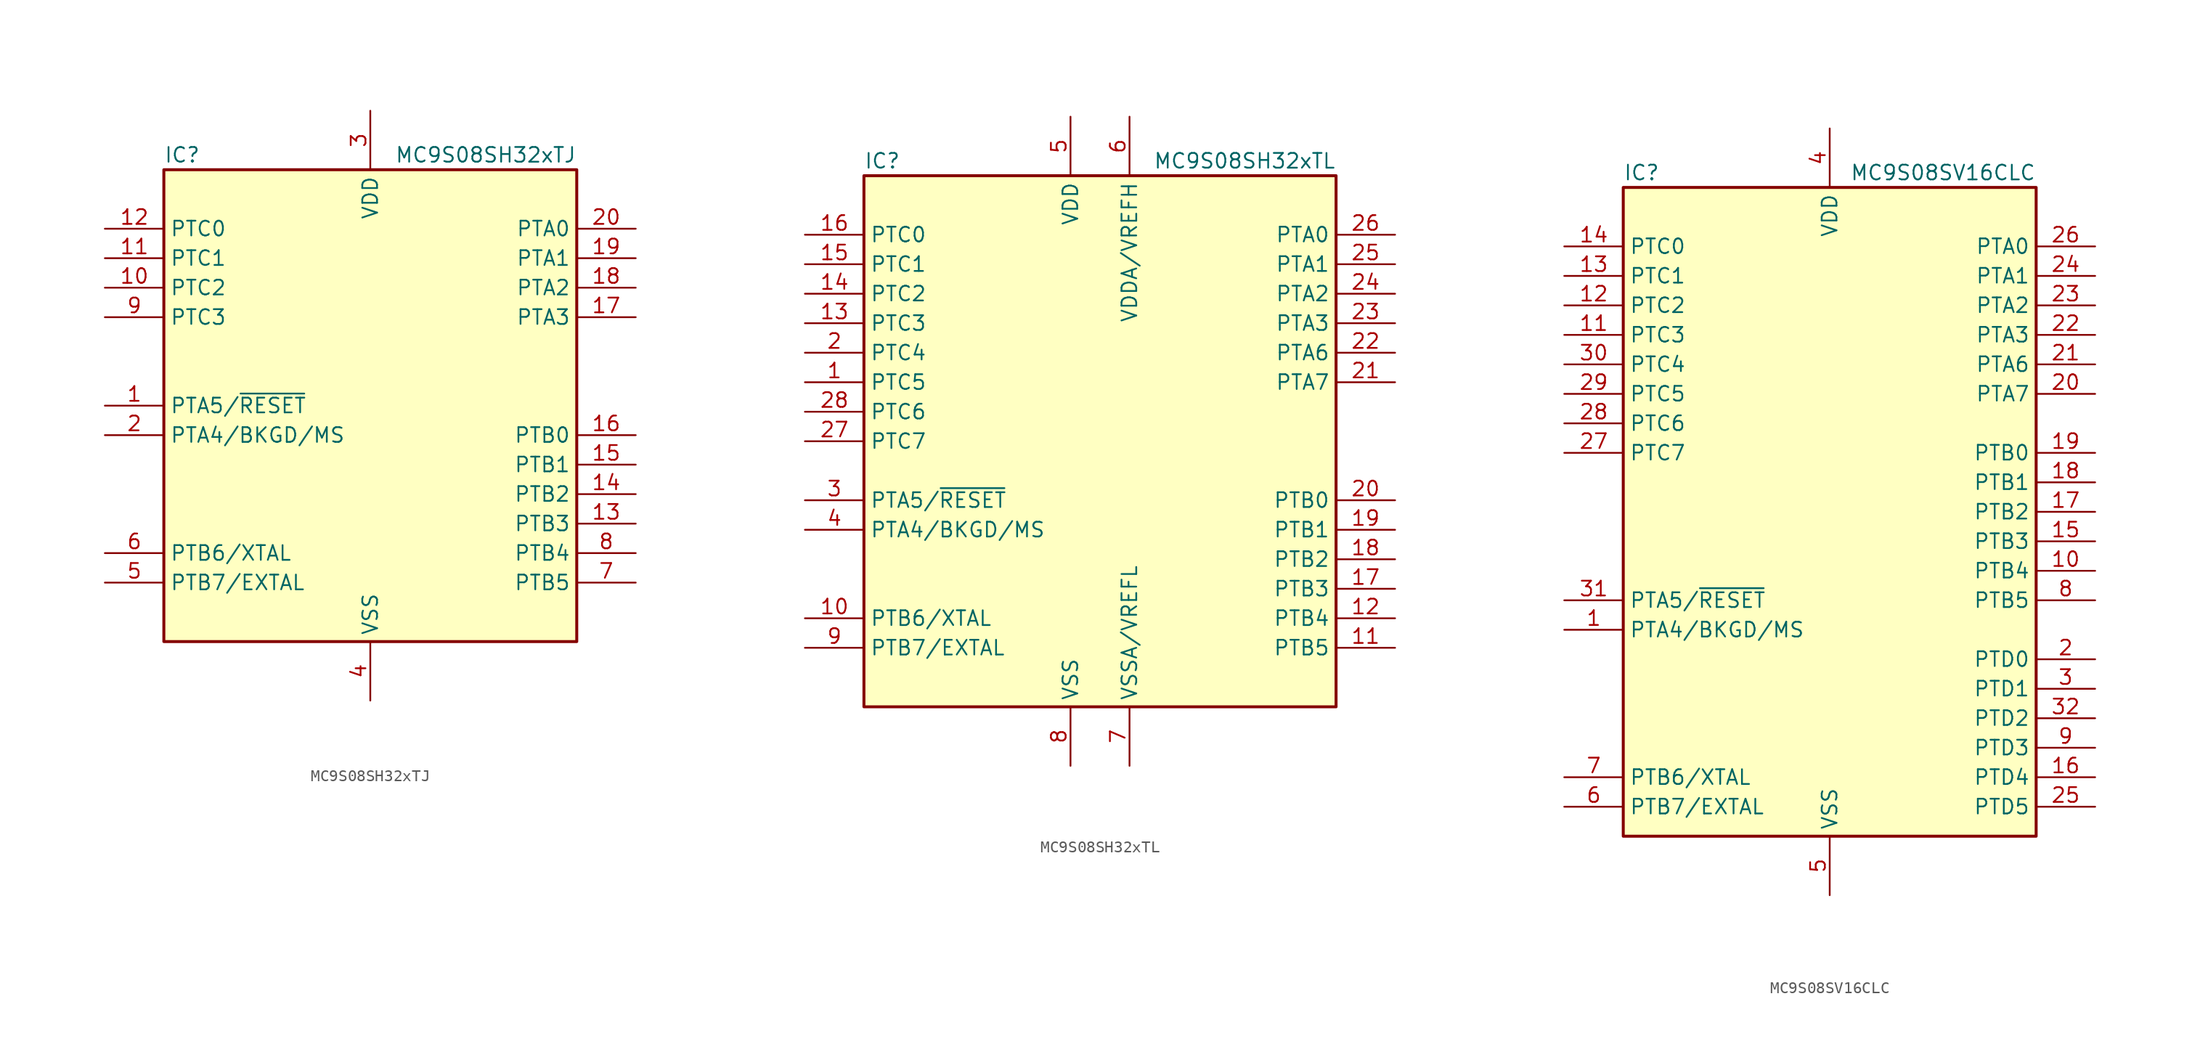
<source format=kicad_sym>
(kicad_symbol_lib
  (version 20201005)
  (generator kicad_symbol_editor)
  (symbol "MC9S08SH32xTJ"
    (property "Reference" "IC"
      (at -17.78 21.59 0)
      (effects (font (size 1.27 1.27)) (justify left)))
    (property "Value" "MC9S08SH32xTJ"
      (at 17.78 21.59 0)
      (effects (font (size 1.27 1.27)) (justify right)))
    (symbol "MC9S08SH32xTJ_0_1"
      (rectangle (start -17.78 20.32) (end 17.78 -20.32) (stroke (width 0.254)) (fill (type background))))
    (symbol "MC9S08SH32xTJ_1_1"
      (pin bidirectional line (at -22.86 0 0) (length 5.08) (name "PTA5/~RESET" (effects (font (size 1.27 1.27)))) (number "1" (effects (font (size 1.27 1.27)))))
      (pin bidirectional line (at -22.86 10.16 0) (length 5.08) (name "PTC2" (effects (font (size 1.27 1.27)))) (number "10" (effects (font (size 1.27 1.27)))))
      (pin bidirectional line (at -22.86 12.7 0) (length 5.08) (name "PTC1" (effects (font (size 1.27 1.27)))) (number "11" (effects (font (size 1.27 1.27)))))
      (pin bidirectional line (at -22.86 15.24 0) (length 5.08) (name "PTC0" (effects (font (size 1.27 1.27)))) (number "12" (effects (font (size 1.27 1.27)))))
      (pin bidirectional line (at 22.86 -10.16 180) (length 5.08) (name "PTB3" (effects (font (size 1.27 1.27)))) (number "13" (effects (font (size 1.27 1.27)))))
      (pin bidirectional line (at 22.86 -7.62 180) (length 5.08) (name "PTB2" (effects (font (size 1.27 1.27)))) (number "14" (effects (font (size 1.27 1.27)))))
      (pin bidirectional line (at 22.86 -5.08 180) (length 5.08) (name "PTB1" (effects (font (size 1.27 1.27)))) (number "15" (effects (font (size 1.27 1.27)))))
      (pin bidirectional line (at 22.86 -2.54 180) (length 5.08) (name "PTB0" (effects (font (size 1.27 1.27)))) (number "16" (effects (font (size 1.27 1.27)))))
      (pin bidirectional line (at 22.86 7.62 180) (length 5.08) (name "PTA3" (effects (font (size 1.27 1.27)))) (number "17" (effects (font (size 1.27 1.27)))))
      (pin bidirectional line (at 22.86 10.16 180) (length 5.08) (name "PTA2" (effects (font (size 1.27 1.27)))) (number "18" (effects (font (size 1.27 1.27)))))
      (pin bidirectional line (at 22.86 12.7 180) (length 5.08) (name "PTA1" (effects (font (size 1.27 1.27)))) (number "19" (effects (font (size 1.27 1.27)))))
      (pin bidirectional line (at -22.86 -2.54 0) (length 5.08) (name "PTA4/BKGD/MS" (effects (font (size 1.27 1.27)))) (number "2" (effects (font (size 1.27 1.27)))))
      (pin bidirectional line (at 22.86 15.24 180) (length 5.08) (name "PTA0" (effects (font (size 1.27 1.27)))) (number "20" (effects (font (size 1.27 1.27)))))
      (pin power_in line (at 0 25.4 270) (length 5.08) (name "VDD" (effects (font (size 1.27 1.27)))) (number "3" (effects (font (size 1.27 1.27)))))
      (pin power_in line (at 0 -25.4 90) (length 5.08) (name "VSS" (effects (font (size 1.27 1.27)))) (number "4" (effects (font (size 1.27 1.27)))))
      (pin bidirectional line (at -22.86 -15.24 0) (length 5.08) (name "PTB7/EXTAL" (effects (font (size 1.27 1.27)))) (number "5" (effects (font (size 1.27 1.27)))))
      (pin bidirectional line (at -22.86 -12.7 0) (length 5.08) (name "PTB6/XTAL" (effects (font (size 1.27 1.27)))) (number "6" (effects (font (size 1.27 1.27)))))
      (pin bidirectional line (at 22.86 -15.24 180) (length 5.08) (name "PTB5" (effects (font (size 1.27 1.27)))) (number "7" (effects (font (size 1.27 1.27)))))
      (pin bidirectional line (at 22.86 -12.7 180) (length 5.08) (name "PTB4" (effects (font (size 1.27 1.27)))) (number "8" (effects (font (size 1.27 1.27)))))
      (pin bidirectional line (at -22.86 7.62 0) (length 5.08) (name "PTC3" (effects (font (size 1.27 1.27)))) (number "9" (effects (font (size 1.27 1.27)))))))
  (symbol "MC9S08SH32xTL"
    (property "Reference" "IC"
      (at -20.32 24.13 0)
      (effects (font (size 1.27 1.27)) (justify left)))
    (property "Value" "MC9S08SH32xTL"
      (at 20.32 24.13 0)
      (effects (font (size 1.27 1.27)) (justify right)))
    (symbol "MC9S08SH32xTL_0_1"
      (rectangle (start -20.32 22.86) (end 20.32 -22.86) (stroke (width 0.254)) (fill (type background))))
    (symbol "MC9S08SH32xTL_1_1"
      (pin bidirectional line (at -25.4 5.08 0) (length 5.08) (name "PTC5" (effects (font (size 1.27 1.27)))) (number "1" (effects (font (size 1.27 1.27)))))
      (pin bidirectional line (at -25.4 -15.24 0) (length 5.08) (name "PTB6/XTAL" (effects (font (size 1.27 1.27)))) (number "10" (effects (font (size 1.27 1.27)))))
      (pin bidirectional line (at 25.4 -17.78 180) (length 5.08) (name "PTB5" (effects (font (size 1.27 1.27)))) (number "11" (effects (font (size 1.27 1.27)))))
      (pin bidirectional line (at 25.4 -15.24 180) (length 5.08) (name "PTB4" (effects (font (size 1.27 1.27)))) (number "12" (effects (font (size 1.27 1.27)))))
      (pin bidirectional line (at -25.4 10.16 0) (length 5.08) (name "PTC3" (effects (font (size 1.27 1.27)))) (number "13" (effects (font (size 1.27 1.27)))))
      (pin bidirectional line (at -25.4 12.7 0) (length 5.08) (name "PTC2" (effects (font (size 1.27 1.27)))) (number "14" (effects (font (size 1.27 1.27)))))
      (pin bidirectional line (at -25.4 15.24 0) (length 5.08) (name "PTC1" (effects (font (size 1.27 1.27)))) (number "15" (effects (font (size 1.27 1.27)))))
      (pin bidirectional line (at -25.4 17.78 0) (length 5.08) (name "PTC0" (effects (font (size 1.27 1.27)))) (number "16" (effects (font (size 1.27 1.27)))))
      (pin bidirectional line (at 25.4 -12.7 180) (length 5.08) (name "PTB3" (effects (font (size 1.27 1.27)))) (number "17" (effects (font (size 1.27 1.27)))))
      (pin bidirectional line (at 25.4 -10.16 180) (length 5.08) (name "PTB2" (effects (font (size 1.27 1.27)))) (number "18" (effects (font (size 1.27 1.27)))))
      (pin bidirectional line (at 25.4 -7.62 180) (length 5.08) (name "PTB1" (effects (font (size 1.27 1.27)))) (number "19" (effects (font (size 1.27 1.27)))))
      (pin bidirectional line (at -25.4 7.62 0) (length 5.08) (name "PTC4" (effects (font (size 1.27 1.27)))) (number "2" (effects (font (size 1.27 1.27)))))
      (pin bidirectional line (at 25.4 -5.08 180) (length 5.08) (name "PTB0" (effects (font (size 1.27 1.27)))) (number "20" (effects (font (size 1.27 1.27)))))
      (pin bidirectional line (at 25.4 5.08 180) (length 5.08) (name "PTA7" (effects (font (size 1.27 1.27)))) (number "21" (effects (font (size 1.27 1.27)))))
      (pin bidirectional line (at 25.4 7.62 180) (length 5.08) (name "PTA6" (effects (font (size 1.27 1.27)))) (number "22" (effects (font (size 1.27 1.27)))))
      (pin bidirectional line (at 25.4 10.16 180) (length 5.08) (name "PTA3" (effects (font (size 1.27 1.27)))) (number "23" (effects (font (size 1.27 1.27)))))
      (pin bidirectional line (at 25.4 12.7 180) (length 5.08) (name "PTA2" (effects (font (size 1.27 1.27)))) (number "24" (effects (font (size 1.27 1.27)))))
      (pin bidirectional line (at 25.4 15.24 180) (length 5.08) (name "PTA1" (effects (font (size 1.27 1.27)))) (number "25" (effects (font (size 1.27 1.27)))))
      (pin bidirectional line (at 25.4 17.78 180) (length 5.08) (name "PTA0" (effects (font (size 1.27 1.27)))) (number "26" (effects (font (size 1.27 1.27)))))
      (pin bidirectional line (at -25.4 0 0) (length 5.08) (name "PTC7" (effects (font (size 1.27 1.27)))) (number "27" (effects (font (size 1.27 1.27)))))
      (pin bidirectional line (at -25.4 2.54 0) (length 5.08) (name "PTC6" (effects (font (size 1.27 1.27)))) (number "28" (effects (font (size 1.27 1.27)))))
      (pin bidirectional line (at -25.4 -5.08 0) (length 5.08) (name "PTA5/~RESET" (effects (font (size 1.27 1.27)))) (number "3" (effects (font (size 1.27 1.27)))))
      (pin bidirectional line (at -25.4 -7.62 0) (length 5.08) (name "PTA4/BKGD/MS" (effects (font (size 1.27 1.27)))) (number "4" (effects (font (size 1.27 1.27)))))
      (pin power_in line (at -2.54 27.94 270) (length 5.08) (name "VDD" (effects (font (size 1.27 1.27)))) (number "5" (effects (font (size 1.27 1.27)))))
      (pin power_in line (at 2.54 27.94 270) (length 5.08) (name "VDDA/VREFH" (effects (font (size 1.27 1.27)))) (number "6" (effects (font (size 1.27 1.27)))))
      (pin power_in line (at 2.54 -27.94 90) (length 5.08) (name "VSSA/VREFL" (effects (font (size 1.27 1.27)))) (number "7" (effects (font (size 1.27 1.27)))))
      (pin power_in line (at -2.54 -27.94 90) (length 5.08) (name "VSS" (effects (font (size 1.27 1.27)))) (number "8" (effects (font (size 1.27 1.27)))))
      (pin bidirectional line (at -25.4 -17.78 0) (length 5.08) (name "PTB7/EXTAL" (effects (font (size 1.27 1.27)))) (number "9" (effects (font (size 1.27 1.27)))))))
  (symbol "MC9S08SV16CLC"
    (property "Reference" "IC"
      (at -17.78 29.21 0)
      (effects (font (size 1.27 1.27)) (justify left)))
    (property "Value" "MC9S08SV16CLC"
      (at 17.78 29.21 0)
      (effects (font (size 1.27 1.27)) (justify right)))
    (symbol "MC9S08SV16CLC_0_1"
      (rectangle (start -17.78 27.94) (end 17.78 -27.94) (stroke (width 0.254)) (fill (type background))))
    (symbol "MC9S08SV16CLC_1_1"
      (pin bidirectional line (at -22.86 -10.16 0) (length 5.08) (name "PTA4/BKGD/MS" (effects (font (size 1.27 1.27)))) (number "1" (effects (font (size 1.27 1.27)))))
      (pin bidirectional line (at 22.86 -5.08 180) (length 5.08) (name "PTB4" (effects (font (size 1.27 1.27)))) (number "10" (effects (font (size 1.27 1.27)))))
      (pin bidirectional line (at -22.86 15.24 0) (length 5.08) (name "PTC3" (effects (font (size 1.27 1.27)))) (number "11" (effects (font (size 1.27 1.27)))))
      (pin bidirectional line (at -22.86 17.78 0) (length 5.08) (name "PTC2" (effects (font (size 1.27 1.27)))) (number "12" (effects (font (size 1.27 1.27)))))
      (pin bidirectional line (at -22.86 20.32 0) (length 5.08) (name "PTC1" (effects (font (size 1.27 1.27)))) (number "13" (effects (font (size 1.27 1.27)))))
      (pin bidirectional line (at -22.86 22.86 0) (length 5.08) (name "PTC0" (effects (font (size 1.27 1.27)))) (number "14" (effects (font (size 1.27 1.27)))))
      (pin bidirectional line (at 22.86 -2.54 180) (length 5.08) (name "PTB3" (effects (font (size 1.27 1.27)))) (number "15" (effects (font (size 1.27 1.27)))))
      (pin bidirectional line (at 22.86 -22.86 180) (length 5.08) (name "PTD4" (effects (font (size 1.27 1.27)))) (number "16" (effects (font (size 1.27 1.27)))))
      (pin bidirectional line (at 22.86 0 180) (length 5.08) (name "PTB2" (effects (font (size 1.27 1.27)))) (number "17" (effects (font (size 1.27 1.27)))))
      (pin bidirectional line (at 22.86 2.54 180) (length 5.08) (name "PTB1" (effects (font (size 1.27 1.27)))) (number "18" (effects (font (size 1.27 1.27)))))
      (pin bidirectional line (at 22.86 5.08 180) (length 5.08) (name "PTB0" (effects (font (size 1.27 1.27)))) (number "19" (effects (font (size 1.27 1.27)))))
      (pin bidirectional line (at 22.86 -12.7 180) (length 5.08) (name "PTD0" (effects (font (size 1.27 1.27)))) (number "2" (effects (font (size 1.27 1.27)))))
      (pin bidirectional line (at 22.86 10.16 180) (length 5.08) (name "PTA7" (effects (font (size 1.27 1.27)))) (number "20" (effects (font (size 1.27 1.27)))))
      (pin bidirectional line (at 22.86 12.7 180) (length 5.08) (name "PTA6" (effects (font (size 1.27 1.27)))) (number "21" (effects (font (size 1.27 1.27)))))
      (pin bidirectional line (at 22.86 15.24 180) (length 5.08) (name "PTA3" (effects (font (size 1.27 1.27)))) (number "22" (effects (font (size 1.27 1.27)))))
      (pin bidirectional line (at 22.86 17.78 180) (length 5.08) (name "PTA2" (effects (font (size 1.27 1.27)))) (number "23" (effects (font (size 1.27 1.27)))))
      (pin bidirectional line (at 22.86 20.32 180) (length 5.08) (name "PTA1" (effects (font (size 1.27 1.27)))) (number "24" (effects (font (size 1.27 1.27)))))
      (pin bidirectional line (at 22.86 -25.4 180) (length 5.08) (name "PTD5" (effects (font (size 1.27 1.27)))) (number "25" (effects (font (size 1.27 1.27)))))
      (pin bidirectional line (at 22.86 22.86 180) (length 5.08) (name "PTA0" (effects (font (size 1.27 1.27)))) (number "26" (effects (font (size 1.27 1.27)))))
      (pin bidirectional line (at -22.86 5.08 0) (length 5.08) (name "PTC7" (effects (font (size 1.27 1.27)))) (number "27" (effects (font (size 1.27 1.27)))))
      (pin bidirectional line (at -22.86 7.62 0) (length 5.08) (name "PTC6" (effects (font (size 1.27 1.27)))) (number "28" (effects (font (size 1.27 1.27)))))
      (pin bidirectional line (at -22.86 10.16 0) (length 5.08) (name "PTC5" (effects (font (size 1.27 1.27)))) (number "29" (effects (font (size 1.27 1.27)))))
      (pin bidirectional line (at 22.86 -15.24 180) (length 5.08) (name "PTD1" (effects (font (size 1.27 1.27)))) (number "3" (effects (font (size 1.27 1.27)))))
      (pin bidirectional line (at -22.86 12.7 0) (length 5.08) (name "PTC4" (effects (font (size 1.27 1.27)))) (number "30" (effects (font (size 1.27 1.27)))))
      (pin bidirectional line (at -22.86 -7.62 0) (length 5.08) (name "PTA5/~RESET" (effects (font (size 1.27 1.27)))) (number "31" (effects (font (size 1.27 1.27)))))
      (pin bidirectional line (at 22.86 -17.78 180) (length 5.08) (name "PTD2" (effects (font (size 1.27 1.27)))) (number "32" (effects (font (size 1.27 1.27)))))
      (pin power_in line (at 0 33.02 270) (length 5.08) (name "VDD" (effects (font (size 1.27 1.27)))) (number "4" (effects (font (size 1.27 1.27)))))
      (pin power_in line (at 0 -33.02 90) (length 5.08) (name "VSS" (effects (font (size 1.27 1.27)))) (number "5" (effects (font (size 1.27 1.27)))))
      (pin bidirectional line (at -22.86 -25.4 0) (length 5.08) (name "PTB7/EXTAL" (effects (font (size 1.27 1.27)))) (number "6" (effects (font (size 1.27 1.27)))))
      (pin bidirectional line (at -22.86 -22.86 0) (length 5.08) (name "PTB6/XTAL" (effects (font (size 1.27 1.27)))) (number "7" (effects (font (size 1.27 1.27)))))
      (pin bidirectional line (at 22.86 -7.62 180) (length 5.08) (name "PTB5" (effects (font (size 1.27 1.27)))) (number "8" (effects (font (size 1.27 1.27)))))
      (pin bidirectional line (at 22.86 -20.32 180) (length 5.08) (name "PTD3" (effects (font (size 1.27 1.27)))) (number "9" (effects (font (size 1.27 1.27))))))))
</source>
